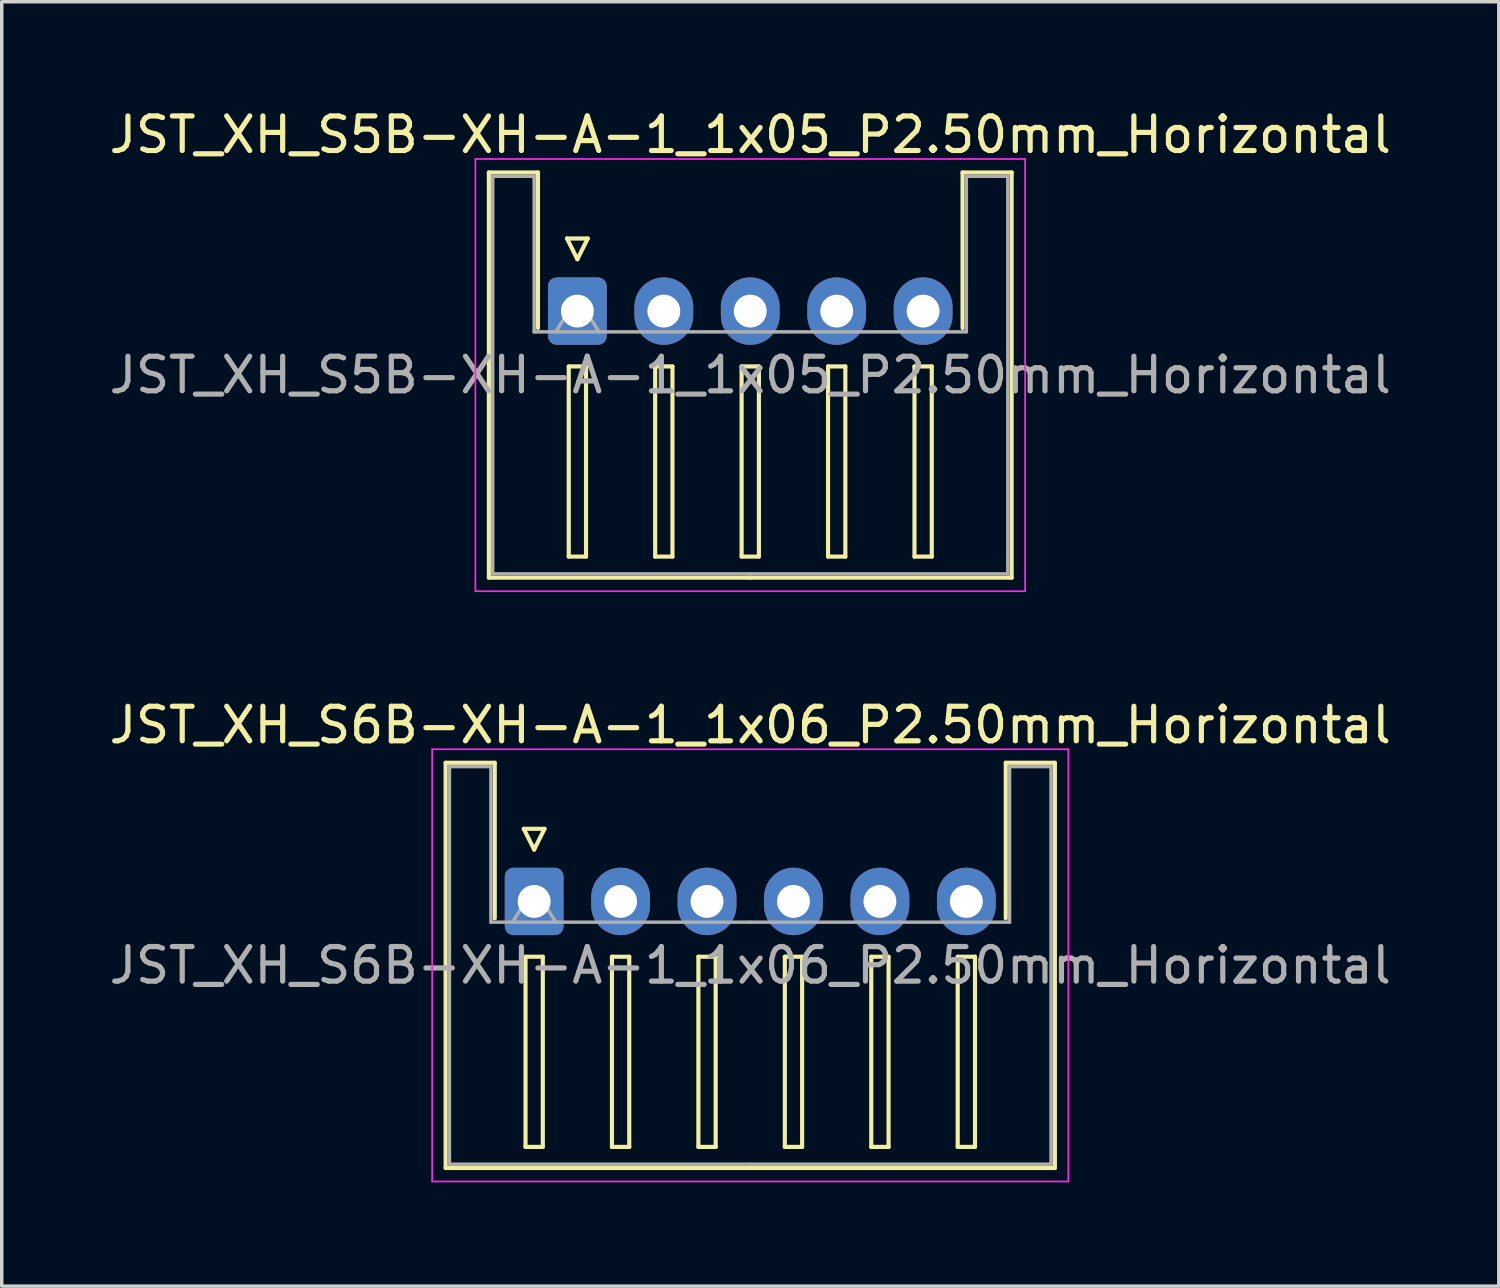
<source format=kicad_pcb>
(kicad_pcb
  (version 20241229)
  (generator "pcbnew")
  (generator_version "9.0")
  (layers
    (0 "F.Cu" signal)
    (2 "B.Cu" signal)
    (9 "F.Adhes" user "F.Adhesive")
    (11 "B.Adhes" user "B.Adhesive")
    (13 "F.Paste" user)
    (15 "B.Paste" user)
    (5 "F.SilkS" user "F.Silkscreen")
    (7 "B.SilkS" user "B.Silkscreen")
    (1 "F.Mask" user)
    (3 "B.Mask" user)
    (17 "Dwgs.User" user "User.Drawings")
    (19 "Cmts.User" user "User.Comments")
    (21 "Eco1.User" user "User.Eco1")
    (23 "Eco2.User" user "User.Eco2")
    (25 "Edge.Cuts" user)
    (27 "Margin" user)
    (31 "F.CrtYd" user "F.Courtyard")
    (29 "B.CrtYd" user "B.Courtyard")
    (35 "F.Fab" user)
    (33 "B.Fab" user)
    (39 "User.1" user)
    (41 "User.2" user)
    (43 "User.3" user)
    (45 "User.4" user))
  (footprint "JST_XH_S5B-XH-A-1_1x05_P2.50mm_Horizontal"
    (layer "F.Cu")
    (at 13.649 5.948)
    (property "Reference" "JST_XH_S5B-XH-A-1_1x05_P2.50mm_Horizontal" (at 5 -5.1 0) (layer "F.SilkS") (effects (font (size 1 1) (thickness 0.15))))
    (attr through_hole)
    (fp_line (start -2.56 -4.01) (end -1.14 -4.01) (stroke (width 0.12) (type solid)) (layer "F.SilkS"))
    (fp_line (start -2.56 7.71) (end -2.56 -4.01) (stroke (width 0.12) (type solid)) (layer "F.SilkS"))
    (fp_line (start -1.14 -4.01) (end -1.14 0.49) (stroke (width 0.12) (type solid)) (layer "F.SilkS"))
    (fp_line (start -0.3 -2.1) (end 0.3 -2.1) (stroke (width 0.12) (type solid)) (layer "F.SilkS"))
    (fp_line (start -0.25 1.6) (end -0.25 7.1) (stroke (width 0.12) (type solid)) (layer "F.SilkS"))
    (fp_line (start -0.25 7.1) (end 0.25 7.1) (stroke (width 0.12) (type solid)) (layer "F.SilkS"))
    (fp_line (start 0 -1.5) (end -0.3 -2.1) (stroke (width 0.12) (type solid)) (layer "F.SilkS"))
    (fp_line (start 0.25 1.6) (end -0.25 1.6) (stroke (width 0.12) (type solid)) (layer "F.SilkS"))
    (fp_line (start 0.25 7.1) (end 0.25 1.6) (stroke (width 0.12) (type solid)) (layer "F.SilkS"))
    (fp_line (start 0.3 -2.1) (end 0 -1.5) (stroke (width 0.12) (type solid)) (layer "F.SilkS"))
    (fp_line (start 2.25 1.6) (end 2.25 7.1) (stroke (width 0.12) (type solid)) (layer "F.SilkS"))
    (fp_line (start 2.25 7.1) (end 2.75 7.1) (stroke (width 0.12) (type solid)) (layer "F.SilkS"))
    (fp_line (start 2.75 1.6) (end 2.25 1.6) (stroke (width 0.12) (type solid)) (layer "F.SilkS"))
    (fp_line (start 2.75 7.1) (end 2.75 1.6) (stroke (width 0.12) (type solid)) (layer "F.SilkS"))
    (fp_line (start 4.75 1.6) (end 4.75 7.1) (stroke (width 0.12) (type solid)) (layer "F.SilkS"))
    (fp_line (start 4.75 7.1) (end 5.25 7.1) (stroke (width 0.12) (type solid)) (layer "F.SilkS"))
    (fp_line (start 5 7.71) (end -2.56 7.71) (stroke (width 0.12) (type solid)) (layer "F.SilkS"))
    (fp_line (start 5 7.71) (end 12.56 7.71) (stroke (width 0.12) (type solid)) (layer "F.SilkS"))
    (fp_line (start 5.25 1.6) (end 4.75 1.6) (stroke (width 0.12) (type solid)) (layer "F.SilkS"))
    (fp_line (start 5.25 7.1) (end 5.25 1.6) (stroke (width 0.12) (type solid)) (layer "F.SilkS"))
    (fp_line (start 7.25 1.6) (end 7.25 7.1) (stroke (width 0.12) (type solid)) (layer "F.SilkS"))
    (fp_line (start 7.25 7.1) (end 7.75 7.1) (stroke (width 0.12) (type solid)) (layer "F.SilkS"))
    (fp_line (start 7.75 1.6) (end 7.25 1.6) (stroke (width 0.12) (type solid)) (layer "F.SilkS"))
    (fp_line (start 7.75 7.1) (end 7.75 1.6) (stroke (width 0.12) (type solid)) (layer "F.SilkS"))
    (fp_line (start 9.75 1.6) (end 9.75 7.1) (stroke (width 0.12) (type solid)) (layer "F.SilkS"))
    (fp_line (start 9.75 7.1) (end 10.25 7.1) (stroke (width 0.12) (type solid)) (layer "F.SilkS"))
    (fp_line (start 10.25 1.6) (end 9.75 1.6) (stroke (width 0.12) (type solid)) (layer "F.SilkS"))
    (fp_line (start 10.25 7.1) (end 10.25 1.6) (stroke (width 0.12) (type solid)) (layer "F.SilkS"))
    (fp_line (start 11.14 -4.01) (end 11.14 0.49) (stroke (width 0.12) (type solid)) (layer "F.SilkS"))
    (fp_line (start 12.56 -4.01) (end 11.14 -4.01) (stroke (width 0.12) (type solid)) (layer "F.SilkS"))
    (fp_line (start 12.56 7.71) (end 12.56 -4.01) (stroke (width 0.12) (type solid)) (layer "F.SilkS"))
    (fp_line (start -2.95 -4.4) (end -2.95 8.1) (stroke (width 0.05) (type solid)) (layer "F.CrtYd"))
    (fp_line (start -2.95 8.1) (end 12.95 8.1) (stroke (width 0.05) (type solid)) (layer "F.CrtYd"))
    (fp_line (start 12.95 -4.4) (end -2.95 -4.4) (stroke (width 0.05) (type solid)) (layer "F.CrtYd"))
    (fp_line (start 12.95 8.1) (end 12.95 -4.4) (stroke (width 0.05) (type solid)) (layer "F.CrtYd"))
    (fp_line (start -2.45 -3.9) (end -1.25 -3.9) (stroke (width 0.1) (type solid)) (layer "F.Fab"))
    (fp_line (start -2.45 7.6) (end -2.45 -3.9) (stroke (width 0.1) (type solid)) (layer "F.Fab"))
    (fp_line (start -1.25 -3.9) (end -1.25 0.6) (stroke (width 0.1) (type solid)) (layer "F.Fab"))
    (fp_line (start -1.25 0.6) (end 5 0.6) (stroke (width 0.1) (type solid)) (layer "F.Fab"))
    (fp_line (start -0.625 0.6) (end 0 -0.4) (stroke (width 0.1) (type solid)) (layer "F.Fab"))
    (fp_line (start 0 -0.4) (end 0.625 0.6) (stroke (width 0.1) (type solid)) (layer "F.Fab"))
    (fp_line (start 5 7.6) (end -2.45 7.6) (stroke (width 0.1) (type solid)) (layer "F.Fab"))
    (fp_line (start 5 7.6) (end 12.45 7.6) (stroke (width 0.1) (type solid)) (layer "F.Fab"))
    (fp_line (start 11.25 -3.9) (end 11.25 0.6) (stroke (width 0.1) (type solid)) (layer "F.Fab"))
    (fp_line (start 11.25 0.6) (end 5 0.6) (stroke (width 0.1) (type solid)) (layer "F.Fab"))
    (fp_line (start 12.45 -3.9) (end 11.25 -3.9) (stroke (width 0.1) (type solid)) (layer "F.Fab"))
    (fp_line (start 12.45 7.6) (end 12.45 -3.9) (stroke (width 0.1) (type solid)) (layer "F.Fab"))
    (fp_text user "${REFERENCE}" (at 5 1.85 0) (layer "F.Fab") (effects (font (size 1 1) (thickness 0.15))))
    (pad "1" thru_hole roundrect (at 0 0) (size 1.7 1.95) (drill 0.95) (layers "*.Cu" "*.Mask") (roundrect_rratio 0.147))
    (pad "2" thru_hole oval (at 2.5 0) (size 1.7 1.95) (drill 0.95) (layers "*.Cu" "*.Mask"))
    (pad "3" thru_hole oval (at 5 0) (size 1.7 1.95) (drill 0.95) (layers "*.Cu" "*.Mask"))
    (pad "4" thru_hole oval (at 7.5 0) (size 1.7 1.95) (drill 0.95) (layers "*.Cu" "*.Mask"))
    (pad "5" thru_hole oval (at 10 0) (size 1.7 1.95) (drill 0.95) (layers "*.Cu" "*.Mask")))
  (footprint "JST_XH_S6B-XH-A-1_1x06_P2.50mm_Horizontal"
    (layer "F.Cu")
    (at 12.399 23.021)
    (property "Reference" "JST_XH_S6B-XH-A-1_1x06_P2.50mm_Horizontal" (at 6.25 -5.1 0) (layer "F.SilkS") (effects (font (size 1 1) (thickness 0.15))))
    (attr through_hole)
    (fp_line (start -2.56 -4.01) (end -1.14 -4.01) (stroke (width 0.12) (type solid)) (layer "F.SilkS"))
    (fp_line (start -2.56 7.71) (end -2.56 -4.01) (stroke (width 0.12) (type solid)) (layer "F.SilkS"))
    (fp_line (start -1.14 -4.01) (end -1.14 0.49) (stroke (width 0.12) (type solid)) (layer "F.SilkS"))
    (fp_line (start -0.3 -2.1) (end 0.3 -2.1) (stroke (width 0.12) (type solid)) (layer "F.SilkS"))
    (fp_line (start -0.25 1.6) (end -0.25 7.1) (stroke (width 0.12) (type solid)) (layer "F.SilkS"))
    (fp_line (start -0.25 7.1) (end 0.25 7.1) (stroke (width 0.12) (type solid)) (layer "F.SilkS"))
    (fp_line (start 0 -1.5) (end -0.3 -2.1) (stroke (width 0.12) (type solid)) (layer "F.SilkS"))
    (fp_line (start 0.25 1.6) (end -0.25 1.6) (stroke (width 0.12) (type solid)) (layer "F.SilkS"))
    (fp_line (start 0.25 7.1) (end 0.25 1.6) (stroke (width 0.12) (type solid)) (layer "F.SilkS"))
    (fp_line (start 0.3 -2.1) (end 0 -1.5) (stroke (width 0.12) (type solid)) (layer "F.SilkS"))
    (fp_line (start 2.25 1.6) (end 2.25 7.1) (stroke (width 0.12) (type solid)) (layer "F.SilkS"))
    (fp_line (start 2.25 7.1) (end 2.75 7.1) (stroke (width 0.12) (type solid)) (layer "F.SilkS"))
    (fp_line (start 2.75 1.6) (end 2.25 1.6) (stroke (width 0.12) (type solid)) (layer "F.SilkS"))
    (fp_line (start 2.75 7.1) (end 2.75 1.6) (stroke (width 0.12) (type solid)) (layer "F.SilkS"))
    (fp_line (start 4.75 1.6) (end 4.75 7.1) (stroke (width 0.12) (type solid)) (layer "F.SilkS"))
    (fp_line (start 4.75 7.1) (end 5.25 7.1) (stroke (width 0.12) (type solid)) (layer "F.SilkS"))
    (fp_line (start 5.25 1.6) (end 4.75 1.6) (stroke (width 0.12) (type solid)) (layer "F.SilkS"))
    (fp_line (start 5.25 7.1) (end 5.25 1.6) (stroke (width 0.12) (type solid)) (layer "F.SilkS"))
    (fp_line (start 6.25 7.71) (end -2.56 7.71) (stroke (width 0.12) (type solid)) (layer "F.SilkS"))
    (fp_line (start 6.25 7.71) (end 15.06 7.71) (stroke (width 0.12) (type solid)) (layer "F.SilkS"))
    (fp_line (start 7.25 1.6) (end 7.25 7.1) (stroke (width 0.12) (type solid)) (layer "F.SilkS"))
    (fp_line (start 7.25 7.1) (end 7.75 7.1) (stroke (width 0.12) (type solid)) (layer "F.SilkS"))
    (fp_line (start 7.75 1.6) (end 7.25 1.6) (stroke (width 0.12) (type solid)) (layer "F.SilkS"))
    (fp_line (start 7.75 7.1) (end 7.75 1.6) (stroke (width 0.12) (type solid)) (layer "F.SilkS"))
    (fp_line (start 9.75 1.6) (end 9.75 7.1) (stroke (width 0.12) (type solid)) (layer "F.SilkS"))
    (fp_line (start 9.75 7.1) (end 10.25 7.1) (stroke (width 0.12) (type solid)) (layer "F.SilkS"))
    (fp_line (start 10.25 1.6) (end 9.75 1.6) (stroke (width 0.12) (type solid)) (layer "F.SilkS"))
    (fp_line (start 10.25 7.1) (end 10.25 1.6) (stroke (width 0.12) (type solid)) (layer "F.SilkS"))
    (fp_line (start 12.25 1.6) (end 12.25 7.1) (stroke (width 0.12) (type solid)) (layer "F.SilkS"))
    (fp_line (start 12.25 7.1) (end 12.75 7.1) (stroke (width 0.12) (type solid)) (layer "F.SilkS"))
    (fp_line (start 12.75 1.6) (end 12.25 1.6) (stroke (width 0.12) (type solid)) (layer "F.SilkS"))
    (fp_line (start 12.75 7.1) (end 12.75 1.6) (stroke (width 0.12) (type solid)) (layer "F.SilkS"))
    (fp_line (start 13.64 -4.01) (end 13.64 0.49) (stroke (width 0.12) (type solid)) (layer "F.SilkS"))
    (fp_line (start 15.06 -4.01) (end 13.64 -4.01) (stroke (width 0.12) (type solid)) (layer "F.SilkS"))
    (fp_line (start 15.06 7.71) (end 15.06 -4.01) (stroke (width 0.12) (type solid)) (layer "F.SilkS"))
    (fp_line (start -2.95 -4.4) (end -2.95 8.1) (stroke (width 0.05) (type solid)) (layer "F.CrtYd"))
    (fp_line (start -2.95 8.1) (end 15.45 8.1) (stroke (width 0.05) (type solid)) (layer "F.CrtYd"))
    (fp_line (start 15.45 -4.4) (end -2.95 -4.4) (stroke (width 0.05) (type solid)) (layer "F.CrtYd"))
    (fp_line (start 15.45 8.1) (end 15.45 -4.4) (stroke (width 0.05) (type solid)) (layer "F.CrtYd"))
    (fp_line (start -2.45 -3.9) (end -1.25 -3.9) (stroke (width 0.1) (type solid)) (layer "F.Fab"))
    (fp_line (start -2.45 7.6) (end -2.45 -3.9) (stroke (width 0.1) (type solid)) (layer "F.Fab"))
    (fp_line (start -1.25 -3.9) (end -1.25 0.6) (stroke (width 0.1) (type solid)) (layer "F.Fab"))
    (fp_line (start -1.25 0.6) (end 6.25 0.6) (stroke (width 0.1) (type solid)) (layer "F.Fab"))
    (fp_line (start -0.625 0.6) (end 0 -0.4) (stroke (width 0.1) (type solid)) (layer "F.Fab"))
    (fp_line (start 0 -0.4) (end 0.625 0.6) (stroke (width 0.1) (type solid)) (layer "F.Fab"))
    (fp_line (start 6.25 7.6) (end -2.45 7.6) (stroke (width 0.1) (type solid)) (layer "F.Fab"))
    (fp_line (start 6.25 7.6) (end 14.95 7.6) (stroke (width 0.1) (type solid)) (layer "F.Fab"))
    (fp_line (start 13.75 -3.9) (end 13.75 0.6) (stroke (width 0.1) (type solid)) (layer "F.Fab"))
    (fp_line (start 13.75 0.6) (end 6.25 0.6) (stroke (width 0.1) (type solid)) (layer "F.Fab"))
    (fp_line (start 14.95 -3.9) (end 13.75 -3.9) (stroke (width 0.1) (type solid)) (layer "F.Fab"))
    (fp_line (start 14.95 7.6) (end 14.95 -3.9) (stroke (width 0.1) (type solid)) (layer "F.Fab"))
    (fp_text user "${REFERENCE}" (at 6.25 1.85 0) (layer "F.Fab") (effects (font (size 1 1) (thickness 0.15))))
    (pad "1" thru_hole roundrect (at 0 0) (size 1.7 1.95) (drill 0.95) (layers "*.Cu" "*.Mask") (roundrect_rratio 0.147))
    (pad "2" thru_hole oval (at 2.5 0) (size 1.7 1.95) (drill 0.95) (layers "*.Cu" "*.Mask"))
    (pad "3" thru_hole oval (at 5 0) (size 1.7 1.95) (drill 0.95) (layers "*.Cu" "*.Mask"))
    (pad "4" thru_hole oval (at 7.5 0) (size 1.7 1.95) (drill 0.95) (layers "*.Cu" "*.Mask"))
    (pad "5" thru_hole oval (at 10 0) (size 1.7 1.95) (drill 0.95) (layers "*.Cu" "*.Mask"))
    (pad "6" thru_hole oval (at 12.5 0) (size 1.7 1.95) (drill 0.95) (layers "*.Cu" "*.Mask")))
  (gr_rect
    (start -3 -3)
    (end 40.298 34.147)
    (stroke (width 0.1) (type default))
    (fill no)
    (layer "Edge.Cuts")))
</source>
